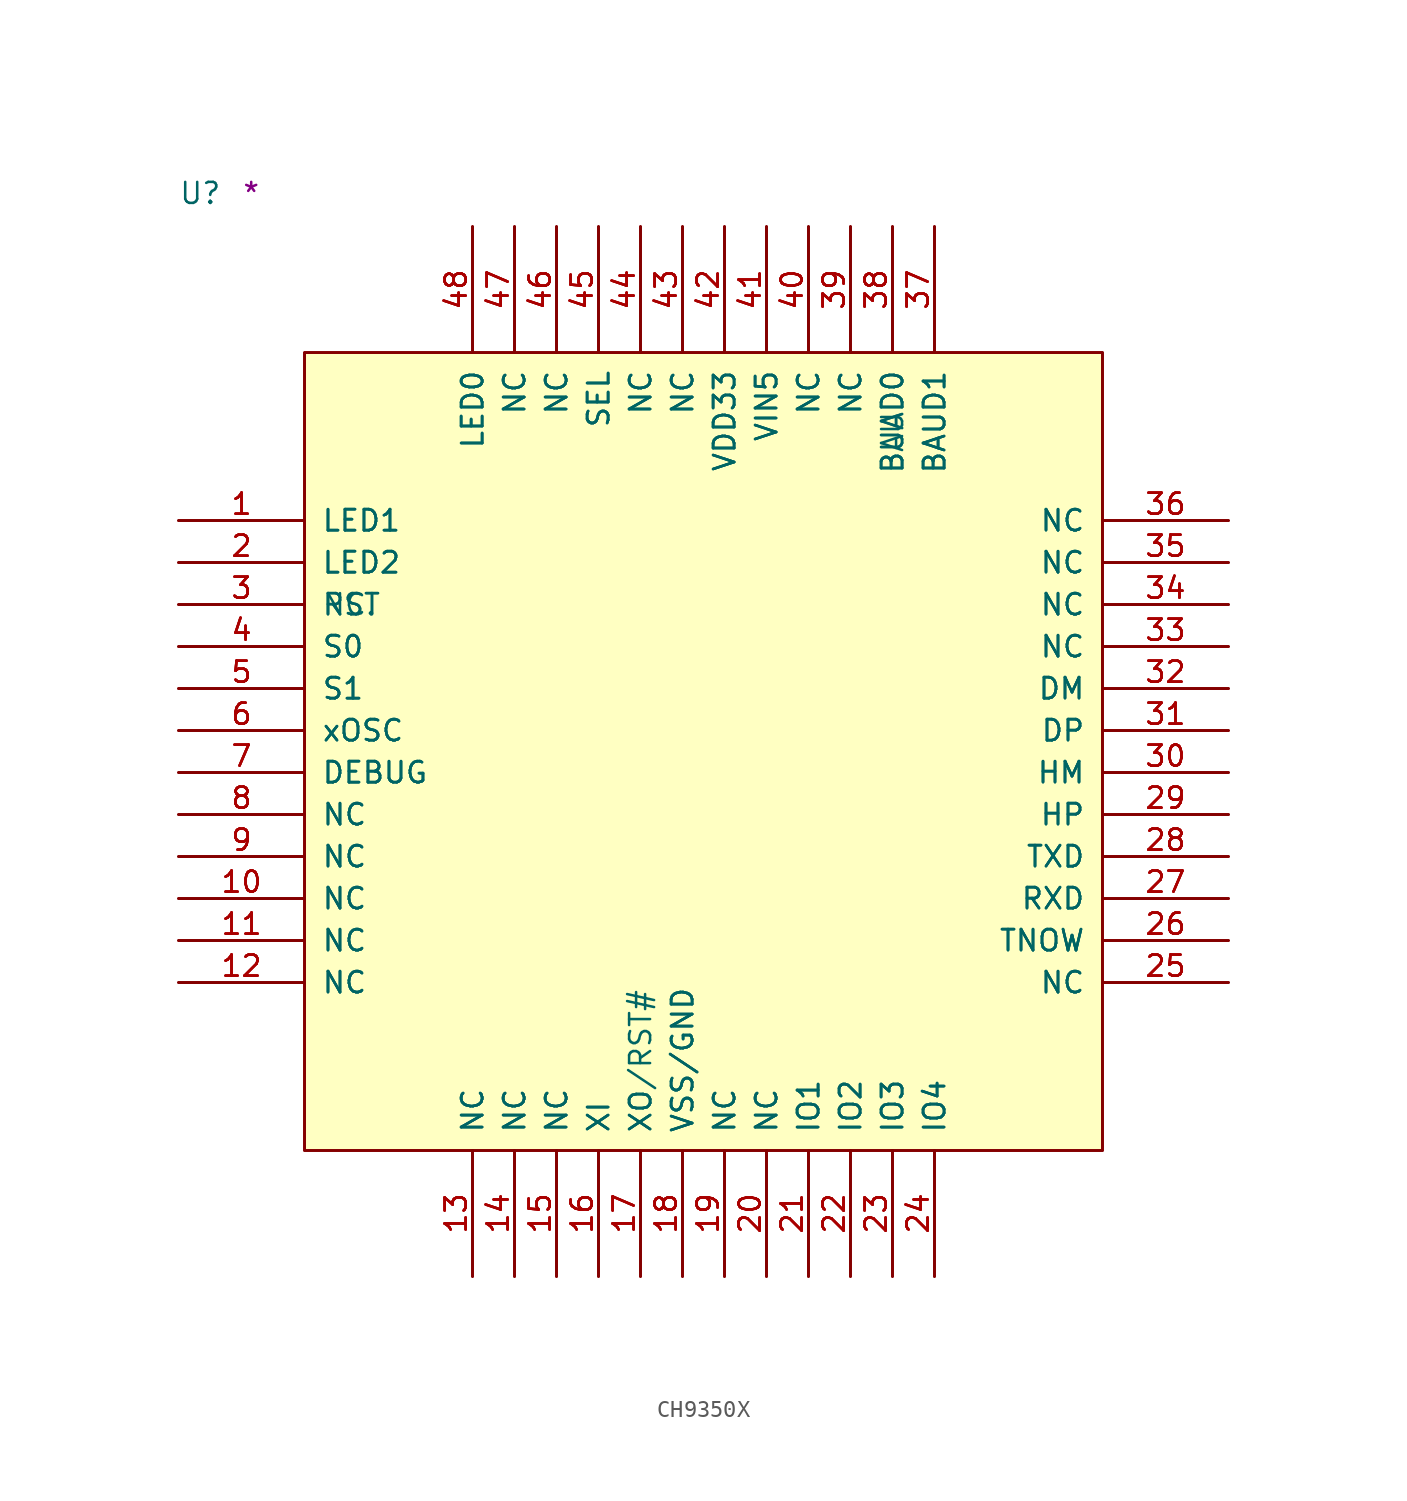
<source format=kicad_sym>
(kicad_symbol_lib
  (version 20211014)
  (generator kicad_symbol_editor)
  (symbol "CH9350X"
    (pin_names
      (offset 1.016))
    (property "Reference" "U"
      (at -7.62 8.89 0)
      (effects (font (size 1.27 1.27)) (justify left bottom)))
    (property "Comment" "*"
      (at -3.81 8.89 0)
      (effects (font (size 1.27 1.27)) (justify left bottom)))
    (symbol "CH9350X_1_1"
      (rectangle (start 0 -48.26) (end 48.26 0) (stroke (width 0) (type default) (color 0 0 0 0)) (fill (type background)))
      (rectangle (start 0 -48.26) (end 48.26 0) (stroke (width 0) (type default) (color 0 0 0 0)) (fill (type background)))
      (rectangle (start 0 -48.26) (end 48.26 0) (stroke (width 0) (type default) (color 0 0 0 0)) (fill (type background)))
      (pin bidirectional line (at -7.62 -10.16 0) (length 7.62) (name "LED1" (effects (font (size 1.27 1.27)))) (number "1" (effects (font (size 1.27 1.27)))))
      (pin bidirectional line (at -7.62 -10.16 0) (length 7.62) (name "LED1" (effects (font (size 1.27 1.27)))) (number "1" (effects (font (size 1.27 1.27)))))
      (pin bidirectional line (at -7.62 -10.16 0) (length 7.62) (name "LED1" (effects (font (size 1.27 1.27)))) (number "1" (effects (font (size 1.27 1.27)))))
      (pin bidirectional line (at -7.62 -33.02 0) (length 7.62) (name "NC" (effects (font (size 1.27 1.27)))) (number "10" (effects (font (size 1.27 1.27)))))
      (pin bidirectional line (at -7.62 -33.02 0) (length 7.62) (name "NC" (effects (font (size 1.27 1.27)))) (number "10" (effects (font (size 1.27 1.27)))))
      (pin bidirectional line (at -7.62 -33.02 0) (length 7.62) (name "NC" (effects (font (size 1.27 1.27)))) (number "10" (effects (font (size 1.27 1.27)))))
      (pin bidirectional line (at -7.62 -35.56 0) (length 7.62) (name "NC" (effects (font (size 1.27 1.27)))) (number "11" (effects (font (size 1.27 1.27)))))
      (pin bidirectional line (at -7.62 -35.56 0) (length 7.62) (name "NC" (effects (font (size 1.27 1.27)))) (number "11" (effects (font (size 1.27 1.27)))))
      (pin bidirectional line (at -7.62 -35.56 0) (length 7.62) (name "NC" (effects (font (size 1.27 1.27)))) (number "11" (effects (font (size 1.27 1.27)))))
      (pin bidirectional line (at -7.62 -38.1 0) (length 7.62) (name "NC" (effects (font (size 1.27 1.27)))) (number "12" (effects (font (size 1.27 1.27)))))
      (pin bidirectional line (at -7.62 -38.1 0) (length 7.62) (name "NC" (effects (font (size 1.27 1.27)))) (number "12" (effects (font (size 1.27 1.27)))))
      (pin bidirectional line (at -7.62 -38.1 0) (length 7.62) (name "NC" (effects (font (size 1.27 1.27)))) (number "12" (effects (font (size 1.27 1.27)))))
      (pin passive line (at 10.16 -55.88 90) (length 7.62) (name "NC" (effects (font (size 1.27 1.27)))) (number "13" (effects (font (size 1.27 1.27)))))
      (pin passive line (at 10.16 -55.88 90) (length 7.62) (name "NC" (effects (font (size 1.27 1.27)))) (number "13" (effects (font (size 1.27 1.27)))))
      (pin passive line (at 10.16 -55.88 90) (length 7.62) (name "NC" (effects (font (size 1.27 1.27)))) (number "13" (effects (font (size 1.27 1.27)))))
      (pin passive line (at 12.7 -55.88 90) (length 7.62) (name "NC" (effects (font (size 1.27 1.27)))) (number "14" (effects (font (size 1.27 1.27)))))
      (pin passive line (at 12.7 -55.88 90) (length 7.62) (name "NC" (effects (font (size 1.27 1.27)))) (number "14" (effects (font (size 1.27 1.27)))))
      (pin passive line (at 12.7 -55.88 90) (length 7.62) (name "NC" (effects (font (size 1.27 1.27)))) (number "14" (effects (font (size 1.27 1.27)))))
      (pin passive line (at 15.24 -55.88 90) (length 7.62) (name "NC" (effects (font (size 1.27 1.27)))) (number "15" (effects (font (size 1.27 1.27)))))
      (pin passive line (at 15.24 -55.88 90) (length 7.62) (name "NC" (effects (font (size 1.27 1.27)))) (number "15" (effects (font (size 1.27 1.27)))))
      (pin passive line (at 15.24 -55.88 90) (length 7.62) (name "NC" (effects (font (size 1.27 1.27)))) (number "15" (effects (font (size 1.27 1.27)))))
      (pin bidirectional line (at 17.78 -55.88 90) (length 7.62) (name "XI" (effects (font (size 1.27 1.27)))) (number "16" (effects (font (size 1.27 1.27)))))
      (pin bidirectional line (at 17.78 -55.88 90) (length 7.62) (name "XI" (effects (font (size 1.27 1.27)))) (number "16" (effects (font (size 1.27 1.27)))))
      (pin bidirectional line (at 17.78 -55.88 90) (length 7.62) (name "XI" (effects (font (size 1.27 1.27)))) (number "16" (effects (font (size 1.27 1.27)))))
      (pin bidirectional line (at 20.32 -55.88 90) (length 7.62) (name "XO" (effects (font (size 1.27 1.27)))) (number "17" (effects (font (size 1.27 1.27)))))
      (pin bidirectional line (at 20.32 -55.88 90) (length 7.62) (name "XO" (effects (font (size 1.27 1.27)))) (number "17" (effects (font (size 1.27 1.27)))))
      (pin bidirectional line (at 20.32 -55.88 90) (length 7.62) (name "XO/RST#" (effects (font (size 1.27 1.27)))) (number "17" (effects (font (size 1.27 1.27)))))
      (pin power_in line (at 22.86 -55.88 90) (length 7.62) (name "VSS/GND" (effects (font (size 1.27 1.27)))) (number "18" (effects (font (size 1.27 1.27)))))
      (pin power_in line (at 22.86 -55.88 90) (length 7.62) (name "VSS/GND" (effects (font (size 1.27 1.27)))) (number "18" (effects (font (size 1.27 1.27)))))
      (pin power_in line (at 22.86 -55.88 90) (length 7.62) (name "VSS/GND" (effects (font (size 1.27 1.27)))) (number "18" (effects (font (size 1.27 1.27)))))
      (pin passive line (at 25.4 -55.88 90) (length 7.62) (name "NC" (effects (font (size 1.27 1.27)))) (number "19" (effects (font (size 1.27 1.27)))))
      (pin passive line (at 25.4 -55.88 90) (length 7.62) (name "NC" (effects (font (size 1.27 1.27)))) (number "19" (effects (font (size 1.27 1.27)))))
      (pin passive line (at 25.4 -55.88 90) (length 7.62) (name "NC" (effects (font (size 1.27 1.27)))) (number "19" (effects (font (size 1.27 1.27)))))
      (pin bidirectional line (at -7.62 -12.7 0) (length 7.62) (name "LED2" (effects (font (size 1.27 1.27)))) (number "2" (effects (font (size 1.27 1.27)))))
      (pin bidirectional line (at -7.62 -12.7 0) (length 7.62) (name "LED2" (effects (font (size 1.27 1.27)))) (number "2" (effects (font (size 1.27 1.27)))))
      (pin bidirectional line (at -7.62 -12.7 0) (length 7.62) (name "LED2" (effects (font (size 1.27 1.27)))) (number "2" (effects (font (size 1.27 1.27)))))
      (pin passive line (at 27.94 -55.88 90) (length 7.62) (name "NC" (effects (font (size 1.27 1.27)))) (number "20" (effects (font (size 1.27 1.27)))))
      (pin passive line (at 27.94 -55.88 90) (length 7.62) (name "NC" (effects (font (size 1.27 1.27)))) (number "20" (effects (font (size 1.27 1.27)))))
      (pin passive line (at 27.94 -55.88 90) (length 7.62) (name "NC" (effects (font (size 1.27 1.27)))) (number "20" (effects (font (size 1.27 1.27)))))
      (pin passive line (at 30.48 -55.88 90) (length 7.62) (name "IO1" (effects (font (size 1.27 1.27)))) (number "21" (effects (font (size 1.27 1.27)))))
      (pin passive line (at 30.48 -55.88 90) (length 7.62) (name "IO1" (effects (font (size 1.27 1.27)))) (number "21" (effects (font (size 1.27 1.27)))))
      (pin passive line (at 30.48 -55.88 90) (length 7.62) (name "IO1" (effects (font (size 1.27 1.27)))) (number "21" (effects (font (size 1.27 1.27)))))
      (pin passive line (at 33.02 -55.88 90) (length 7.62) (name "IO2" (effects (font (size 1.27 1.27)))) (number "22" (effects (font (size 1.27 1.27)))))
      (pin passive line (at 33.02 -55.88 90) (length 7.62) (name "IO2" (effects (font (size 1.27 1.27)))) (number "22" (effects (font (size 1.27 1.27)))))
      (pin passive line (at 33.02 -55.88 90) (length 7.62) (name "IO2" (effects (font (size 1.27 1.27)))) (number "22" (effects (font (size 1.27 1.27)))))
      (pin passive line (at 35.56 -55.88 90) (length 7.62) (name "IO3" (effects (font (size 1.27 1.27)))) (number "23" (effects (font (size 1.27 1.27)))))
      (pin passive line (at 35.56 -55.88 90) (length 7.62) (name "IO3" (effects (font (size 1.27 1.27)))) (number "23" (effects (font (size 1.27 1.27)))))
      (pin passive line (at 35.56 -55.88 90) (length 7.62) (name "IO3" (effects (font (size 1.27 1.27)))) (number "23" (effects (font (size 1.27 1.27)))))
      (pin passive line (at 38.1 -55.88 90) (length 7.62) (name "IO4" (effects (font (size 1.27 1.27)))) (number "24" (effects (font (size 1.27 1.27)))))
      (pin passive line (at 38.1 -55.88 90) (length 7.62) (name "IO4" (effects (font (size 1.27 1.27)))) (number "24" (effects (font (size 1.27 1.27)))))
      (pin passive line (at 38.1 -55.88 90) (length 7.62) (name "IO4" (effects (font (size 1.27 1.27)))) (number "24" (effects (font (size 1.27 1.27)))))
      (pin passive line (at 55.88 -38.1 180) (length 7.62) (name "NC" (effects (font (size 1.27 1.27)))) (number "25" (effects (font (size 1.27 1.27)))))
      (pin passive line (at 55.88 -38.1 180) (length 7.62) (name "NC" (effects (font (size 1.27 1.27)))) (number "25" (effects (font (size 1.27 1.27)))))
      (pin passive line (at 55.88 -38.1 180) (length 7.62) (name "NC" (effects (font (size 1.27 1.27)))) (number "25" (effects (font (size 1.27 1.27)))))
      (pin bidirectional line (at 55.88 -35.56 180) (length 7.62) (name "TNOW" (effects (font (size 1.27 1.27)))) (number "26" (effects (font (size 1.27 1.27)))))
      (pin bidirectional line (at 55.88 -35.56 180) (length 7.62) (name "TNOW" (effects (font (size 1.27 1.27)))) (number "26" (effects (font (size 1.27 1.27)))))
      (pin bidirectional line (at 55.88 -35.56 180) (length 7.62) (name "TNOW" (effects (font (size 1.27 1.27)))) (number "26" (effects (font (size 1.27 1.27)))))
      (pin bidirectional line (at 55.88 -33.02 180) (length 7.62) (name "RXD" (effects (font (size 1.27 1.27)))) (number "27" (effects (font (size 1.27 1.27)))))
      (pin bidirectional line (at 55.88 -33.02 180) (length 7.62) (name "RXD" (effects (font (size 1.27 1.27)))) (number "27" (effects (font (size 1.27 1.27)))))
      (pin bidirectional line (at 55.88 -33.02 180) (length 7.62) (name "RXD" (effects (font (size 1.27 1.27)))) (number "27" (effects (font (size 1.27 1.27)))))
      (pin bidirectional line (at 55.88 -30.48 180) (length 7.62) (name "TXD" (effects (font (size 1.27 1.27)))) (number "28" (effects (font (size 1.27 1.27)))))
      (pin bidirectional line (at 55.88 -30.48 180) (length 7.62) (name "TXD" (effects (font (size 1.27 1.27)))) (number "28" (effects (font (size 1.27 1.27)))))
      (pin bidirectional line (at 55.88 -30.48 180) (length 7.62) (name "TXD" (effects (font (size 1.27 1.27)))) (number "28" (effects (font (size 1.27 1.27)))))
      (pin bidirectional line (at 55.88 -27.94 180) (length 7.62) (name "HP" (effects (font (size 1.27 1.27)))) (number "29" (effects (font (size 1.27 1.27)))))
      (pin bidirectional line (at 55.88 -27.94 180) (length 7.62) (name "HP" (effects (font (size 1.27 1.27)))) (number "29" (effects (font (size 1.27 1.27)))))
      (pin bidirectional line (at 55.88 -27.94 180) (length 7.62) (name "HP" (effects (font (size 1.27 1.27)))) (number "29" (effects (font (size 1.27 1.27)))))
      (pin passive line (at -7.62 -15.24 0) (length 7.62) (name "NC." (effects (font (size 1.27 1.27)))) (number "3" (effects (font (size 1.27 1.27)))))
      (pin input line (at -7.62 -15.24 0) (length 7.62) (name "RST" (effects (font (size 1.27 1.27)))) (number "3" (effects (font (size 1.27 1.27)))))
      (pin input line (at -7.62 -15.24 0) (length 7.62) (name "RST" (effects (font (size 1.27 1.27)))) (number "3" (effects (font (size 1.27 1.27)))))
      (pin bidirectional line (at 55.88 -25.4 180) (length 7.62) (name "HM" (effects (font (size 1.27 1.27)))) (number "30" (effects (font (size 1.27 1.27)))))
      (pin bidirectional line (at 55.88 -25.4 180) (length 7.62) (name "HM" (effects (font (size 1.27 1.27)))) (number "30" (effects (font (size 1.27 1.27)))))
      (pin bidirectional line (at 55.88 -25.4 180) (length 7.62) (name "HM" (effects (font (size 1.27 1.27)))) (number "30" (effects (font (size 1.27 1.27)))))
      (pin bidirectional line (at 55.88 -22.86 180) (length 7.62) (name "DP" (effects (font (size 1.27 1.27)))) (number "31" (effects (font (size 1.27 1.27)))))
      (pin bidirectional line (at 55.88 -22.86 180) (length 7.62) (name "DP" (effects (font (size 1.27 1.27)))) (number "31" (effects (font (size 1.27 1.27)))))
      (pin bidirectional line (at 55.88 -22.86 180) (length 7.62) (name "DP" (effects (font (size 1.27 1.27)))) (number "31" (effects (font (size 1.27 1.27)))))
      (pin bidirectional line (at 55.88 -20.32 180) (length 7.62) (name "DM" (effects (font (size 1.27 1.27)))) (number "32" (effects (font (size 1.27 1.27)))))
      (pin bidirectional line (at 55.88 -20.32 180) (length 7.62) (name "DM" (effects (font (size 1.27 1.27)))) (number "32" (effects (font (size 1.27 1.27)))))
      (pin bidirectional line (at 55.88 -20.32 180) (length 7.62) (name "DM" (effects (font (size 1.27 1.27)))) (number "32" (effects (font (size 1.27 1.27)))))
      (pin passive line (at 55.88 -17.78 180) (length 7.62) (name "NC" (effects (font (size 1.27 1.27)))) (number "33" (effects (font (size 1.27 1.27)))))
      (pin passive line (at 55.88 -17.78 180) (length 7.62) (name "NC" (effects (font (size 1.27 1.27)))) (number "33" (effects (font (size 1.27 1.27)))))
      (pin passive line (at 55.88 -17.78 180) (length 7.62) (name "NC" (effects (font (size 1.27 1.27)))) (number "33" (effects (font (size 1.27 1.27)))))
      (pin passive line (at 55.88 -15.24 180) (length 7.62) (name "NC" (effects (font (size 1.27 1.27)))) (number "34" (effects (font (size 1.27 1.27)))))
      (pin passive line (at 55.88 -15.24 180) (length 7.62) (name "NC" (effects (font (size 1.27 1.27)))) (number "34" (effects (font (size 1.27 1.27)))))
      (pin passive line (at 55.88 -15.24 180) (length 7.62) (name "NC" (effects (font (size 1.27 1.27)))) (number "34" (effects (font (size 1.27 1.27)))))
      (pin passive line (at 55.88 -12.7 180) (length 7.62) (name "NC" (effects (font (size 1.27 1.27)))) (number "35" (effects (font (size 1.27 1.27)))))
      (pin passive line (at 55.88 -12.7 180) (length 7.62) (name "NC" (effects (font (size 1.27 1.27)))) (number "35" (effects (font (size 1.27 1.27)))))
      (pin passive line (at 55.88 -12.7 180) (length 7.62) (name "NC" (effects (font (size 1.27 1.27)))) (number "35" (effects (font (size 1.27 1.27)))))
      (pin passive line (at 55.88 -10.16 180) (length 7.62) (name "NC" (effects (font (size 1.27 1.27)))) (number "36" (effects (font (size 1.27 1.27)))))
      (pin passive line (at 55.88 -10.16 180) (length 7.62) (name "NC" (effects (font (size 1.27 1.27)))) (number "36" (effects (font (size 1.27 1.27)))))
      (pin passive line (at 55.88 -10.16 180) (length 7.62) (name "NC" (effects (font (size 1.27 1.27)))) (number "36" (effects (font (size 1.27 1.27)))))
      (pin bidirectional line (at 38.1 7.62 270) (length 7.62) (name "BAUD1" (effects (font (size 1.27 1.27)))) (number "37" (effects (font (size 1.27 1.27)))))
      (pin bidirectional line (at 38.1 7.62 270) (length 7.62) (name "BAUD1" (effects (font (size 1.27 1.27)))) (number "37" (effects (font (size 1.27 1.27)))))
      (pin bidirectional line (at 38.1 7.62 270) (length 7.62) (name "BAUD1" (effects (font (size 1.27 1.27)))) (number "37" (effects (font (size 1.27 1.27)))))
      (pin bidirectional line (at 35.56 7.62 270) (length 7.62) (name "BAUD0" (effects (font (size 1.27 1.27)))) (number "38" (effects (font (size 1.27 1.27)))))
      (pin bidirectional line (at 35.56 7.62 270) (length 7.62) (name "BUAD0" (effects (font (size 1.27 1.27)))) (number "38" (effects (font (size 1.27 1.27)))))
      (pin bidirectional line (at 35.56 7.62 270) (length 7.62) (name "BUAD0" (effects (font (size 1.27 1.27)))) (number "38" (effects (font (size 1.27 1.27)))))
      (pin passive line (at 33.02 7.62 270) (length 7.62) (name "NC" (effects (font (size 1.27 1.27)))) (number "39" (effects (font (size 1.27 1.27)))))
      (pin passive line (at 33.02 7.62 270) (length 7.62) (name "NC" (effects (font (size 1.27 1.27)))) (number "39" (effects (font (size 1.27 1.27)))))
      (pin passive line (at 33.02 7.62 270) (length 7.62) (name "NC" (effects (font (size 1.27 1.27)))) (number "39" (effects (font (size 1.27 1.27)))))
      (pin bidirectional line (at -7.62 -17.78 0) (length 7.62) (name "S0" (effects (font (size 1.27 1.27)))) (number "4" (effects (font (size 1.27 1.27)))))
      (pin bidirectional line (at -7.62 -17.78 0) (length 7.62) (name "S0" (effects (font (size 1.27 1.27)))) (number "4" (effects (font (size 1.27 1.27)))))
      (pin bidirectional line (at -7.62 -17.78 0) (length 7.62) (name "S0" (effects (font (size 1.27 1.27)))) (number "4" (effects (font (size 1.27 1.27)))))
      (pin passive line (at 30.48 7.62 270) (length 7.62) (name "NC" (effects (font (size 1.27 1.27)))) (number "40" (effects (font (size 1.27 1.27)))))
      (pin passive line (at 30.48 7.62 270) (length 7.62) (name "NC" (effects (font (size 1.27 1.27)))) (number "40" (effects (font (size 1.27 1.27)))))
      (pin passive line (at 30.48 7.62 270) (length 7.62) (name "NC" (effects (font (size 1.27 1.27)))) (number "40" (effects (font (size 1.27 1.27)))))
      (pin power_in line (at 27.94 7.62 270) (length 7.62) (name "VIN5" (effects (font (size 1.27 1.27)))) (number "41" (effects (font (size 1.27 1.27)))))
      (pin power_in line (at 27.94 7.62 270) (length 7.62) (name "VIN5" (effects (font (size 1.27 1.27)))) (number "41" (effects (font (size 1.27 1.27)))))
      (pin power_in line (at 27.94 7.62 270) (length 7.62) (name "VIN5" (effects (font (size 1.27 1.27)))) (number "41" (effects (font (size 1.27 1.27)))))
      (pin power_in line (at 25.4 7.62 270) (length 7.62) (name "VDD33" (effects (font (size 1.27 1.27)))) (number "42" (effects (font (size 1.27 1.27)))))
      (pin power_in line (at 25.4 7.62 270) (length 7.62) (name "VDD33" (effects (font (size 1.27 1.27)))) (number "42" (effects (font (size 1.27 1.27)))))
      (pin power_in line (at 25.4 7.62 270) (length 7.62) (name "VDD33" (effects (font (size 1.27 1.27)))) (number "42" (effects (font (size 1.27 1.27)))))
      (pin passive line (at 22.86 7.62 270) (length 7.62) (name "NC" (effects (font (size 1.27 1.27)))) (number "43" (effects (font (size 1.27 1.27)))))
      (pin passive line (at 22.86 7.62 270) (length 7.62) (name "NC" (effects (font (size 1.27 1.27)))) (number "43" (effects (font (size 1.27 1.27)))))
      (pin passive line (at 22.86 7.62 270) (length 7.62) (name "NC" (effects (font (size 1.27 1.27)))) (number "43" (effects (font (size 1.27 1.27)))))
      (pin passive line (at 20.32 7.62 270) (length 7.62) (name "NC" (effects (font (size 1.27 1.27)))) (number "44" (effects (font (size 1.27 1.27)))))
      (pin passive line (at 20.32 7.62 270) (length 7.62) (name "NC" (effects (font (size 1.27 1.27)))) (number "44" (effects (font (size 1.27 1.27)))))
      (pin passive line (at 20.32 7.62 270) (length 7.62) (name "NC" (effects (font (size 1.27 1.27)))) (number "44" (effects (font (size 1.27 1.27)))))
      (pin bidirectional line (at 17.78 7.62 270) (length 7.62) (name "SEL" (effects (font (size 1.27 1.27)))) (number "45" (effects (font (size 1.27 1.27)))))
      (pin bidirectional line (at 17.78 7.62 270) (length 7.62) (name "SEL" (effects (font (size 1.27 1.27)))) (number "45" (effects (font (size 1.27 1.27)))))
      (pin bidirectional line (at 17.78 7.62 270) (length 7.62) (name "SEL" (effects (font (size 1.27 1.27)))) (number "45" (effects (font (size 1.27 1.27)))))
      (pin passive line (at 15.24 7.62 270) (length 7.62) (name "NC" (effects (font (size 1.27 1.27)))) (number "46" (effects (font (size 1.27 1.27)))))
      (pin passive line (at 15.24 7.62 270) (length 7.62) (name "NC" (effects (font (size 1.27 1.27)))) (number "46" (effects (font (size 1.27 1.27)))))
      (pin passive line (at 15.24 7.62 270) (length 7.62) (name "NC" (effects (font (size 1.27 1.27)))) (number "46" (effects (font (size 1.27 1.27)))))
      (pin passive line (at 12.7 7.62 270) (length 7.62) (name "NC" (effects (font (size 1.27 1.27)))) (number "47" (effects (font (size 1.27 1.27)))))
      (pin passive line (at 12.7 7.62 270) (length 7.62) (name "NC" (effects (font (size 1.27 1.27)))) (number "47" (effects (font (size 1.27 1.27)))))
      (pin passive line (at 12.7 7.62 270) (length 7.62) (name "NC" (effects (font (size 1.27 1.27)))) (number "47" (effects (font (size 1.27 1.27)))))
      (pin bidirectional line (at 10.16 7.62 270) (length 7.62) (name "LED0" (effects (font (size 1.27 1.27)))) (number "48" (effects (font (size 1.27 1.27)))))
      (pin bidirectional line (at 10.16 7.62 270) (length 7.62) (name "LED0" (effects (font (size 1.27 1.27)))) (number "48" (effects (font (size 1.27 1.27)))))
      (pin bidirectional line (at 10.16 7.62 270) (length 7.62) (name "LED0" (effects (font (size 1.27 1.27)))) (number "48" (effects (font (size 1.27 1.27)))))
      (pin bidirectional line (at -7.62 -20.32 0) (length 7.62) (name "S1" (effects (font (size 1.27 1.27)))) (number "5" (effects (font (size 1.27 1.27)))))
      (pin bidirectional line (at -7.62 -20.32 0) (length 7.62) (name "S1" (effects (font (size 1.27 1.27)))) (number "5" (effects (font (size 1.27 1.27)))))
      (pin bidirectional line (at -7.62 -20.32 0) (length 7.62) (name "S1" (effects (font (size 1.27 1.27)))) (number "5" (effects (font (size 1.27 1.27)))))
      (pin bidirectional line (at -7.62 -22.86 0) (length 7.62) (name "xOSC" (effects (font (size 1.27 1.27)))) (number "6" (effects (font (size 1.27 1.27)))))
      (pin bidirectional line (at -7.62 -22.86 0) (length 7.62) (name "xOSC" (effects (font (size 1.27 1.27)))) (number "6" (effects (font (size 1.27 1.27)))))
      (pin bidirectional line (at -7.62 -22.86 0) (length 7.62) (name "xOSC" (effects (font (size 1.27 1.27)))) (number "6" (effects (font (size 1.27 1.27)))))
      (pin bidirectional line (at -7.62 -25.4 0) (length 7.62) (name "DEBUG" (effects (font (size 1.27 1.27)))) (number "7" (effects (font (size 1.27 1.27)))))
      (pin bidirectional line (at -7.62 -25.4 0) (length 7.62) (name "DEBUG" (effects (font (size 1.27 1.27)))) (number "7" (effects (font (size 1.27 1.27)))))
      (pin bidirectional line (at -7.62 -25.4 0) (length 7.62) (name "DEBUG" (effects (font (size 1.27 1.27)))) (number "7" (effects (font (size 1.27 1.27)))))
      (pin bidirectional line (at -7.62 -27.94 0) (length 7.62) (name "NC" (effects (font (size 1.27 1.27)))) (number "8" (effects (font (size 1.27 1.27)))))
      (pin bidirectional line (at -7.62 -27.94 0) (length 7.62) (name "NC" (effects (font (size 1.27 1.27)))) (number "8" (effects (font (size 1.27 1.27)))))
      (pin bidirectional line (at -7.62 -27.94 0) (length 7.62) (name "NC" (effects (font (size 1.27 1.27)))) (number "8" (effects (font (size 1.27 1.27)))))
      (pin bidirectional line (at -7.62 -30.48 0) (length 7.62) (name "NC" (effects (font (size 1.27 1.27)))) (number "9" (effects (font (size 1.27 1.27)))))
      (pin bidirectional line (at -7.62 -30.48 0) (length 7.62) (name "NC" (effects (font (size 1.27 1.27)))) (number "9" (effects (font (size 1.27 1.27)))))
      (pin bidirectional line (at -7.62 -30.48 0) (length 7.62) (name "NC" (effects (font (size 1.27 1.27)))) (number "9" (effects (font (size 1.27 1.27))))))))
</source>
